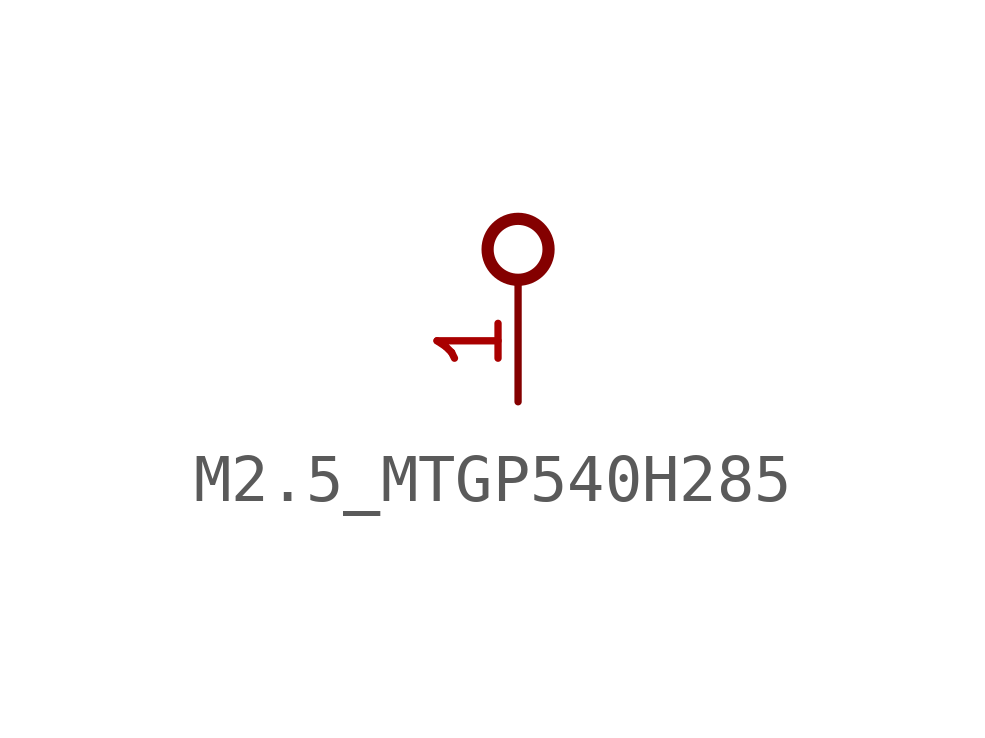
<source format=kicad_sym>
(kicad_symbol_lib
  (version 20231120)
  (generator "kicad_symbol_editor")
  (generator_version "8.0")
  (symbol "M2.5_MTGP540H285"
    (property "Reference" "MH"
      (at 0 0 0)
      (effects (font (size 1.27 1.27)) (hide yes)))
    (property "ki_locked" ""
      (at 0 0 0)
      (effects (font (size 1.27 1.27))))
    (symbol "M2.5_MTGP540H285_1_0"
      (circle (center 0 0) (radius 0.635) (stroke (width 0.254) (type solid)) (fill (type none)))
      (pin passive line (at 0 -3.175 90) (length 2.54) (name "1" (effects (font (size 0 0)))) (number "1" (effects (font (size 1.27 1.27))))))))
</source>
